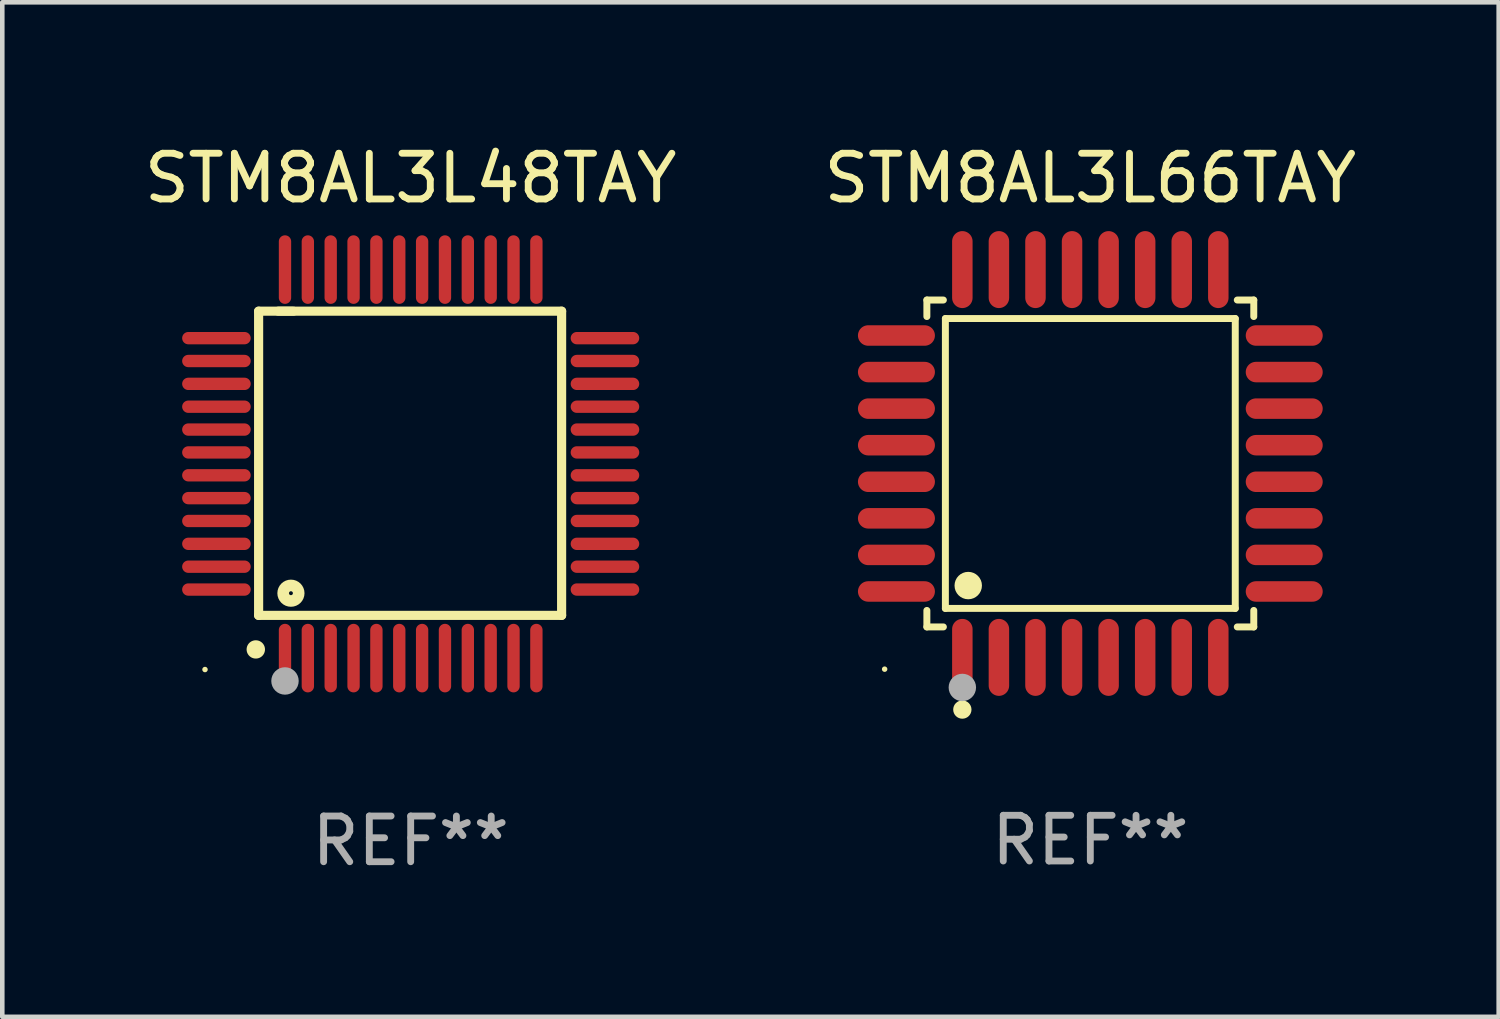
<source format=kicad_pcb>
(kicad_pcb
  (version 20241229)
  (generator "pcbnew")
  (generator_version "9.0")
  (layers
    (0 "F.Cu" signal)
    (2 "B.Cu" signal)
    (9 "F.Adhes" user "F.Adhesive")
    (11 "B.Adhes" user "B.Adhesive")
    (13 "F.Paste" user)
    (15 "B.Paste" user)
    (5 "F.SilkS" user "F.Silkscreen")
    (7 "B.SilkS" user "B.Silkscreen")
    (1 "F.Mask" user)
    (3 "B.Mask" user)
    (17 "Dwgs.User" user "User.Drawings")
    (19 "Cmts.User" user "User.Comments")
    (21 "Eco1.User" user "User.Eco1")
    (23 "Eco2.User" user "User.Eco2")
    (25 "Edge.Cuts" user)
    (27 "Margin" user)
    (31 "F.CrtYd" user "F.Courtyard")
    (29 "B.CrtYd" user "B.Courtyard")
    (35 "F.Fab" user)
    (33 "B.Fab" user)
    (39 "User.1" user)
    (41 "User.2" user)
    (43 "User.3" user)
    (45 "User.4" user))
  (footprint "STM8AL3L48TAY"
    (layer "F.Cu")
    (at 5.935 7.098)
    (property "Reference" "STM8AL3L48TAY" (at 0 -6.25 0) (layer "F.SilkS") (effects (font (size 1 1) (thickness 0.15))))
    (attr through_hole)
    (fp_line (start -3.327 -3.34) (end -2.565 -3.34) (stroke (width 0.2) (type solid)) (layer "F.SilkS"))
    (fp_line (start -3.327 3.315) (end -3.327 -3.34) (stroke (width 0.2) (type solid)) (layer "F.SilkS"))
    (fp_line (start -2.896 -3.34) (end 3.302 -3.34) (stroke (width 0.2) (type solid)) (layer "F.SilkS"))
    (fp_line (start 3.302 -3.34) (end 3.302 3.315) (stroke (width 0.2) (type solid)) (layer "F.SilkS"))
    (fp_line (start 3.302 3.315) (end -3.327 3.315) (stroke (width 0.2) (type solid)) (layer "F.SilkS"))
    (fp_arc (start -3.389992 4.059995) (mid -3.388722 4.059991) (end -3.387452 4.059995) (stroke (width 0.4) (type solid)) (layer "F.SilkS"))
    (fp_circle (center -4.5 4.5) (end -4.47 4.5) (stroke (width 0.06) (type solid)) (fill no) (layer "F.SilkS"))
    (fp_circle (center -2.62 2.83) (end -2.45 2.83) (stroke (width 0.254) (type solid)) (fill no) (layer "F.SilkS"))
    (fp_circle (center -2.75 4.75) (end -2.6 4.75) (stroke (width 0.3) (type solid)) (fill no) (layer "F.Fab"))
    (fp_text user "REF**" (at 0 8.25 0) (layer "F.Fab") (effects (font (size 1 1) (thickness 0.15))))
    (pad "1" smd oval (at -2.75 4.25) (size 0.27 1.5) (layers "F.Cu" "F.Mask" "F.Paste"))
    (pad "2" smd oval (at -2.25 4.25) (size 0.27 1.5) (layers "F.Cu" "F.Mask" "F.Paste"))
    (pad "3" smd oval (at -1.75 4.25) (size 0.27 1.5) (layers "F.Cu" "F.Mask" "F.Paste"))
    (pad "4" smd oval (at -1.25 4.25) (size 0.27 1.5) (layers "F.Cu" "F.Mask" "F.Paste"))
    (pad "5" smd oval (at -0.75 4.25) (size 0.27 1.5) (layers "F.Cu" "F.Mask" "F.Paste"))
    (pad "6" smd oval (at -0.25 4.25) (size 0.27 1.5) (layers "F.Cu" "F.Mask" "F.Paste"))
    (pad "7" smd oval (at 0.25 4.25) (size 0.27 1.5) (layers "F.Cu" "F.Mask" "F.Paste"))
    (pad "8" smd oval (at 0.75 4.25) (size 0.27 1.5) (layers "F.Cu" "F.Mask" "F.Paste"))
    (pad "9" smd oval (at 1.25 4.25) (size 0.27 1.5) (layers "F.Cu" "F.Mask" "F.Paste"))
    (pad "10" smd oval (at 1.75 4.25) (size 0.27 1.5) (layers "F.Cu" "F.Mask" "F.Paste"))
    (pad "11" smd oval (at 2.25 4.25) (size 0.27 1.5) (layers "F.Cu" "F.Mask" "F.Paste"))
    (pad "12" smd oval (at 2.75 4.25) (size 0.27 1.5) (layers "F.Cu" "F.Mask" "F.Paste"))
    (pad "13" smd oval (at 4.25 2.75) (size 1.5 0.27) (layers "F.Cu" "F.Mask" "F.Paste"))
    (pad "14" smd oval (at 4.25 2.25) (size 1.5 0.27) (layers "F.Cu" "F.Mask" "F.Paste"))
    (pad "15" smd oval (at 4.25 1.75) (size 1.5 0.27) (layers "F.Cu" "F.Mask" "F.Paste"))
    (pad "16" smd oval (at 4.25 1.25) (size 1.5 0.27) (layers "F.Cu" "F.Mask" "F.Paste"))
    (pad "17" smd oval (at 4.25 0.75) (size 1.5 0.27) (layers "F.Cu" "F.Mask" "F.Paste"))
    (pad "18" smd oval (at 4.25 0.25) (size 1.5 0.27) (layers "F.Cu" "F.Mask" "F.Paste"))
    (pad "19" smd oval (at 4.25 -0.25) (size 1.5 0.27) (layers "F.Cu" "F.Mask" "F.Paste"))
    (pad "20" smd oval (at 4.25 -0.75) (size 1.5 0.27) (layers "F.Cu" "F.Mask" "F.Paste"))
    (pad "21" smd oval (at 4.25 -1.25) (size 1.5 0.27) (layers "F.Cu" "F.Mask" "F.Paste"))
    (pad "22" smd oval (at 4.25 -1.75) (size 1.5 0.27) (layers "F.Cu" "F.Mask" "F.Paste"))
    (pad "23" smd oval (at 4.25 -2.25) (size 1.5 0.27) (layers "F.Cu" "F.Mask" "F.Paste"))
    (pad "24" smd oval (at 4.25 -2.75) (size 1.5 0.27) (layers "F.Cu" "F.Mask" "F.Paste"))
    (pad "25" smd oval (at 2.75 -4.25) (size 0.27 1.5) (layers "F.Cu" "F.Mask" "F.Paste"))
    (pad "26" smd oval (at 2.25 -4.25) (size 0.27 1.5) (layers "F.Cu" "F.Mask" "F.Paste"))
    (pad "27" smd oval (at 1.75 -4.25) (size 0.27 1.5) (layers "F.Cu" "F.Mask" "F.Paste"))
    (pad "28" smd oval (at 1.25 -4.25) (size 0.27 1.5) (layers "F.Cu" "F.Mask" "F.Paste"))
    (pad "29" smd oval (at 0.75 -4.25) (size 0.27 1.5) (layers "F.Cu" "F.Mask" "F.Paste"))
    (pad "30" smd oval (at 0.25 -4.25) (size 0.27 1.5) (layers "F.Cu" "F.Mask" "F.Paste"))
    (pad "31" smd oval (at -0.25 -4.25) (size 0.27 1.5) (layers "F.Cu" "F.Mask" "F.Paste"))
    (pad "32" smd oval (at -0.75 -4.25) (size 0.27 1.5) (layers "F.Cu" "F.Mask" "F.Paste"))
    (pad "33" smd oval (at -1.25 -4.25) (size 0.27 1.5) (layers "F.Cu" "F.Mask" "F.Paste"))
    (pad "34" smd oval (at -1.75 -4.25) (size 0.27 1.5) (layers "F.Cu" "F.Mask" "F.Paste"))
    (pad "35" smd oval (at -2.25 -4.25) (size 0.27 1.5) (layers "F.Cu" "F.Mask" "F.Paste"))
    (pad "36" smd oval (at -2.75 -4.25) (size 0.27 1.5) (layers "F.Cu" "F.Mask" "F.Paste"))
    (pad "37" smd oval (at -4.25 -2.75) (size 1.5 0.27) (layers "F.Cu" "F.Mask" "F.Paste"))
    (pad "38" smd oval (at -4.25 -2.25) (size 1.5 0.27) (layers "F.Cu" "F.Mask" "F.Paste"))
    (pad "39" smd oval (at -4.25 -1.75) (size 1.5 0.27) (layers "F.Cu" "F.Mask" "F.Paste"))
    (pad "40" smd oval (at -4.25 -1.25) (size 1.5 0.27) (layers "F.Cu" "F.Mask" "F.Paste"))
    (pad "41" smd oval (at -4.25 -0.75) (size 1.5 0.27) (layers "F.Cu" "F.Mask" "F.Paste"))
    (pad "42" smd oval (at -4.25 -0.25) (size 1.5 0.27) (layers "F.Cu" "F.Mask" "F.Paste"))
    (pad "43" smd oval (at -4.25 0.25) (size 1.5 0.27) (layers "F.Cu" "F.Mask" "F.Paste"))
    (pad "44" smd oval (at -4.25 0.75) (size 1.5 0.27) (layers "F.Cu" "F.Mask" "F.Paste"))
    (pad "45" smd oval (at -4.25 1.25) (size 1.5 0.27) (layers "F.Cu" "F.Mask" "F.Paste"))
    (pad "46" smd oval (at -4.25 1.75) (size 1.5 0.27) (layers "F.Cu" "F.Mask" "F.Paste"))
    (pad "47" smd oval (at -4.25 2.25) (size 1.5 0.27) (layers "F.Cu" "F.Mask" "F.Paste"))
    (pad "48" smd oval (at -4.25 2.75) (size 1.5 0.27) (layers "F.Cu" "F.Mask" "F.Paste")))
  (footprint "STM8AL3L66TAY"
    (layer "F.Cu")
    (at 20.804 7.09)
    (property "Reference" "STM8AL3L66TAY" (at 0 -6.242 0) (layer "F.SilkS") (effects (font (size 1 1) (thickness 0.15))))
    (attr through_hole)
    (fp_line (start -3.576 -3.576) (end -3.215 -3.576) (stroke (width 0.152) (type solid)) (layer "F.SilkS"))
    (fp_line (start -3.576 -3.215) (end -3.576 -3.576) (stroke (width 0.152) (type solid)) (layer "F.SilkS"))
    (fp_line (start -3.576 3.215) (end -3.576 3.576) (stroke (width 0.152) (type solid)) (layer "F.SilkS"))
    (fp_line (start -3.576 3.576) (end -3.215 3.576) (stroke (width 0.152) (type solid)) (layer "F.SilkS"))
    (fp_line (start -3.171 -3.171) (end 3.171 -3.171) (stroke (width 0.152) (type solid)) (layer "F.SilkS"))
    (fp_line (start -3.171 3.171) (end -3.171 -3.171) (stroke (width 0.152) (type solid)) (layer "F.SilkS"))
    (fp_line (start 3.171 -3.171) (end 3.171 3.171) (stroke (width 0.152) (type solid)) (layer "F.SilkS"))
    (fp_line (start 3.171 3.171) (end -3.171 3.171) (stroke (width 0.152) (type solid)) (layer "F.SilkS"))
    (fp_line (start 3.576 -3.576) (end 3.215 -3.576) (stroke (width 0.152) (type solid)) (layer "F.SilkS"))
    (fp_line (start 3.576 -3.215) (end 3.576 -3.576) (stroke (width 0.152) (type solid)) (layer "F.SilkS"))
    (fp_line (start 3.576 3.215) (end 3.576 3.576) (stroke (width 0.152) (type solid)) (layer "F.SilkS"))
    (fp_line (start 3.576 3.576) (end 3.215 3.576) (stroke (width 0.152) (type solid)) (layer "F.SilkS"))
    (fp_circle (center -4.5 4.5) (end -4.47 4.5) (stroke (width 0.06) (type solid)) (fill no) (layer "F.SilkS"))
    (fp_circle (center -2.8 5.384) (end -2.7 5.384) (stroke (width 0.2) (type solid)) (fill no) (layer "F.SilkS"))
    (fp_circle (center -2.671 2.671) (end -2.521 2.671) (stroke (width 0.3) (type solid)) (fill no) (layer "F.SilkS"))
    (fp_circle (center -2.8 4.9) (end -2.65 4.9) (stroke (width 0.3) (type solid)) (fill no) (layer "F.Fab"))
    (fp_text user "REF**" (at 0 8.242 0) (layer "F.Fab") (effects (font (size 1 1) (thickness 0.15))))
    (pad "1" smd oval (at -2.8 4.242) (size 0.448 1.684) (layers "F.Cu" "F.Mask" "F.Paste"))
    (pad "2" smd oval (at -2 4.242) (size 0.448 1.684) (layers "F.Cu" "F.Mask" "F.Paste"))
    (pad "3" smd oval (at -1.2 4.242) (size 0.448 1.684) (layers "F.Cu" "F.Mask" "F.Paste"))
    (pad "4" smd oval (at -0.4 4.242) (size 0.448 1.684) (layers "F.Cu" "F.Mask" "F.Paste"))
    (pad "5" smd oval (at 0.4 4.242) (size 0.448 1.684) (layers "F.Cu" "F.Mask" "F.Paste"))
    (pad "6" smd oval (at 1.2 4.242) (size 0.448 1.684) (layers "F.Cu" "F.Mask" "F.Paste"))
    (pad "7" smd oval (at 2 4.242) (size 0.448 1.684) (layers "F.Cu" "F.Mask" "F.Paste"))
    (pad "8" smd oval (at 2.8 4.242) (size 0.448 1.684) (layers "F.Cu" "F.Mask" "F.Paste"))
    (pad "9" smd oval (at 4.242 2.8) (size 1.684 0.448) (layers "F.Cu" "F.Mask" "F.Paste"))
    (pad "10" smd oval (at 4.242 2) (size 1.684 0.448) (layers "F.Cu" "F.Mask" "F.Paste"))
    (pad "11" smd oval (at 4.242 1.2) (size 1.684 0.448) (layers "F.Cu" "F.Mask" "F.Paste"))
    (pad "12" smd oval (at 4.242 0.4) (size 1.684 0.448) (layers "F.Cu" "F.Mask" "F.Paste"))
    (pad "13" smd oval (at 4.242 -0.4) (size 1.684 0.448) (layers "F.Cu" "F.Mask" "F.Paste"))
    (pad "14" smd oval (at 4.242 -1.2) (size 1.684 0.448) (layers "F.Cu" "F.Mask" "F.Paste"))
    (pad "15" smd oval (at 4.242 -2) (size 1.684 0.448) (layers "F.Cu" "F.Mask" "F.Paste"))
    (pad "16" smd oval (at 4.242 -2.8) (size 1.684 0.448) (layers "F.Cu" "F.Mask" "F.Paste"))
    (pad "17" smd oval (at 2.8 -4.242) (size 0.448 1.684) (layers "F.Cu" "F.Mask" "F.Paste"))
    (pad "18" smd oval (at 2 -4.242) (size 0.448 1.684) (layers "F.Cu" "F.Mask" "F.Paste"))
    (pad "19" smd oval (at 1.2 -4.242) (size 0.448 1.684) (layers "F.Cu" "F.Mask" "F.Paste"))
    (pad "20" smd oval (at 0.4 -4.242) (size 0.448 1.684) (layers "F.Cu" "F.Mask" "F.Paste"))
    (pad "21" smd oval (at -0.4 -4.242) (size 0.448 1.684) (layers "F.Cu" "F.Mask" "F.Paste"))
    (pad "22" smd oval (at -1.2 -4.242) (size 0.448 1.684) (layers "F.Cu" "F.Mask" "F.Paste"))
    (pad "23" smd oval (at -2 -4.242) (size 0.448 1.684) (layers "F.Cu" "F.Mask" "F.Paste"))
    (pad "24" smd oval (at -2.8 -4.242) (size 0.448 1.684) (layers "F.Cu" "F.Mask" "F.Paste"))
    (pad "25" smd oval (at -4.242 -2.8) (size 1.684 0.448) (layers "F.Cu" "F.Mask" "F.Paste"))
    (pad "26" smd oval (at -4.242 -2) (size 1.684 0.448) (layers "F.Cu" "F.Mask" "F.Paste"))
    (pad "27" smd oval (at -4.242 -1.2) (size 1.684 0.448) (layers "F.Cu" "F.Mask" "F.Paste"))
    (pad "28" smd oval (at -4.242 -0.4) (size 1.684 0.448) (layers "F.Cu" "F.Mask" "F.Paste"))
    (pad "29" smd oval (at -4.242 0.4) (size 1.684 0.448) (layers "F.Cu" "F.Mask" "F.Paste"))
    (pad "30" smd oval (at -4.242 1.2) (size 1.684 0.448) (layers "F.Cu" "F.Mask" "F.Paste"))
    (pad "31" smd oval (at -4.242 2) (size 1.684 0.448) (layers "F.Cu" "F.Mask" "F.Paste"))
    (pad "32" smd oval (at -4.242 2.8) (size 1.684 0.448) (layers "F.Cu" "F.Mask" "F.Paste")))
  (gr_rect
    (start -3 -3)
    (end 29.738 19.196)
    (stroke (width 0.1) (type default))
    (fill no)
    (layer "Edge.Cuts")))
</source>
